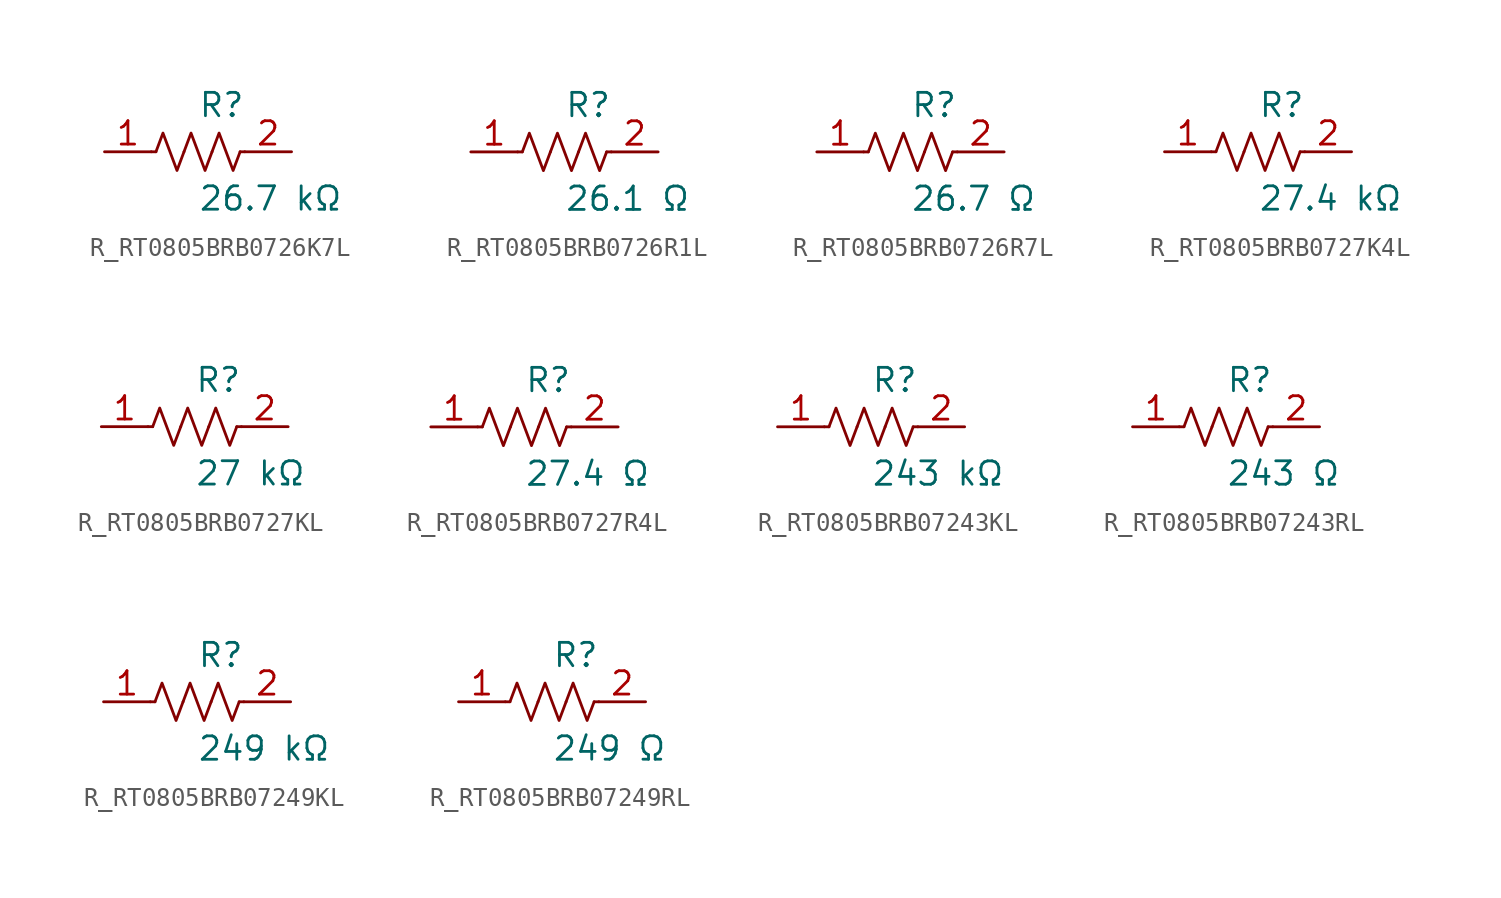
<source format=kicad_sym>
(kicad_symbol_lib
  (version 20231120)
  (generator kicad_symbol_editor)
  (generator_version 8.0)
  (symbol "R_RT0805BRB0726K7L"
    (pin_names
      (offset 0.254))
    (property "Reference" "R"
      (at 0 2.54 0)
      (effects (font (size 1.27 1.27)) (justify left)))
    (property "Value" "26.7 kΩ"
      (at 0 -2.54 0)
      (effects (font (size 1.27 1.27)) (justify left)))
    (symbol "R_RT0805BRB0726K7L_0_1"
      (polyline (pts (xy 2.286 0) (xy 2.54 0)) (stroke (width 0) (type default)) (fill (type none)))
      (polyline (pts (xy -2.286 0) (xy -2.54 0)) (stroke (width 0) (type default)) (fill (type none)))
      (polyline (pts (xy 0.762 0) (xy 1.143 1.016) (xy 1.524 0) (xy 1.905 -1.016) (xy 2.286 0)) (stroke (width 0) (type default)) (fill (type none)))
      (polyline (pts (xy -0.762 0) (xy -0.381 1.016) (xy 0 0) (xy 0.381 -1.016) (xy 0.762 0)) (stroke (width 0) (type default)) (fill (type none)))
      (polyline (pts (xy -2.286 0) (xy -1.905 1.016) (xy -1.524 0) (xy -1.143 -1.016) (xy -0.762 0)) (stroke (width 0) (type default)) (fill (type none))))
    (pin unspecified line
      (at -5.08 0 0)
      (length 2.54)
      (name "" (effects (font (size 1.27 1.27))))
      (number "1" (effects (font (size 1.27 1.27)))))
    (pin unspecified line
      (at 5.08 0 180)
      (length 2.54)
      (name "" (effects (font (size 1.27 1.27))))
      (number "2" (effects (font (size 1.27 1.27))))))
  (symbol "R_RT0805BRB0726R1L"
    (pin_names
      (offset 0.254))
    (property "Reference" "R"
      (at 0 2.54 0)
      (effects (font (size 1.27 1.27)) (justify left)))
    (property "Value" "26.1 Ω"
      (at 0 -2.54 0)
      (effects (font (size 1.27 1.27)) (justify left)))
    (symbol "R_RT0805BRB0726R1L_0_1"
      (polyline (pts (xy 2.286 0) (xy 2.54 0)) (stroke (width 0) (type default)) (fill (type none)))
      (polyline (pts (xy -2.286 0) (xy -2.54 0)) (stroke (width 0) (type default)) (fill (type none)))
      (polyline (pts (xy 0.762 0) (xy 1.143 1.016) (xy 1.524 0) (xy 1.905 -1.016) (xy 2.286 0)) (stroke (width 0) (type default)) (fill (type none)))
      (polyline (pts (xy -0.762 0) (xy -0.381 1.016) (xy 0 0) (xy 0.381 -1.016) (xy 0.762 0)) (stroke (width 0) (type default)) (fill (type none)))
      (polyline (pts (xy -2.286 0) (xy -1.905 1.016) (xy -1.524 0) (xy -1.143 -1.016) (xy -0.762 0)) (stroke (width 0) (type default)) (fill (type none))))
    (pin unspecified line
      (at -5.08 0 0)
      (length 2.54)
      (name "" (effects (font (size 1.27 1.27))))
      (number "1" (effects (font (size 1.27 1.27)))))
    (pin unspecified line
      (at 5.08 0 180)
      (length 2.54)
      (name "" (effects (font (size 1.27 1.27))))
      (number "2" (effects (font (size 1.27 1.27))))))
  (symbol "R_RT0805BRB0726R7L"
    (pin_names
      (offset 0.254))
    (property "Reference" "R"
      (at 0 2.54 0)
      (effects (font (size 1.27 1.27)) (justify left)))
    (property "Value" "26.7 Ω"
      (at 0 -2.54 0)
      (effects (font (size 1.27 1.27)) (justify left)))
    (symbol "R_RT0805BRB0726R7L_0_1"
      (polyline (pts (xy 2.286 0) (xy 2.54 0)) (stroke (width 0) (type default)) (fill (type none)))
      (polyline (pts (xy -2.286 0) (xy -2.54 0)) (stroke (width 0) (type default)) (fill (type none)))
      (polyline (pts (xy 0.762 0) (xy 1.143 1.016) (xy 1.524 0) (xy 1.905 -1.016) (xy 2.286 0)) (stroke (width 0) (type default)) (fill (type none)))
      (polyline (pts (xy -0.762 0) (xy -0.381 1.016) (xy 0 0) (xy 0.381 -1.016) (xy 0.762 0)) (stroke (width 0) (type default)) (fill (type none)))
      (polyline (pts (xy -2.286 0) (xy -1.905 1.016) (xy -1.524 0) (xy -1.143 -1.016) (xy -0.762 0)) (stroke (width 0) (type default)) (fill (type none))))
    (pin unspecified line
      (at -5.08 0 0)
      (length 2.54)
      (name "" (effects (font (size 1.27 1.27))))
      (number "1" (effects (font (size 1.27 1.27)))))
    (pin unspecified line
      (at 5.08 0 180)
      (length 2.54)
      (name "" (effects (font (size 1.27 1.27))))
      (number "2" (effects (font (size 1.27 1.27))))))
  (symbol "R_RT0805BRB0727K4L"
    (pin_names
      (offset 0.254))
    (property "Reference" "R"
      (at 0 2.54 0)
      (effects (font (size 1.27 1.27)) (justify left)))
    (property "Value" "27.4 kΩ"
      (at 0 -2.54 0)
      (effects (font (size 1.27 1.27)) (justify left)))
    (symbol "R_RT0805BRB0727K4L_0_1"
      (polyline (pts (xy 2.286 0) (xy 2.54 0)) (stroke (width 0) (type default)) (fill (type none)))
      (polyline (pts (xy -2.286 0) (xy -2.54 0)) (stroke (width 0) (type default)) (fill (type none)))
      (polyline (pts (xy 0.762 0) (xy 1.143 1.016) (xy 1.524 0) (xy 1.905 -1.016) (xy 2.286 0)) (stroke (width 0) (type default)) (fill (type none)))
      (polyline (pts (xy -0.762 0) (xy -0.381 1.016) (xy 0 0) (xy 0.381 -1.016) (xy 0.762 0)) (stroke (width 0) (type default)) (fill (type none)))
      (polyline (pts (xy -2.286 0) (xy -1.905 1.016) (xy -1.524 0) (xy -1.143 -1.016) (xy -0.762 0)) (stroke (width 0) (type default)) (fill (type none))))
    (pin unspecified line
      (at -5.08 0 0)
      (length 2.54)
      (name "" (effects (font (size 1.27 1.27))))
      (number "1" (effects (font (size 1.27 1.27)))))
    (pin unspecified line
      (at 5.08 0 180)
      (length 2.54)
      (name "" (effects (font (size 1.27 1.27))))
      (number "2" (effects (font (size 1.27 1.27))))))
  (symbol "R_RT0805BRB0727KL"
    (pin_names
      (offset 0.254))
    (property "Reference" "R"
      (at 0 2.54 0)
      (effects (font (size 1.27 1.27)) (justify left)))
    (property "Value" "27 kΩ"
      (at 0 -2.54 0)
      (effects (font (size 1.27 1.27)) (justify left)))
    (symbol "R_RT0805BRB0727KL_0_1"
      (polyline (pts (xy 2.286 0) (xy 2.54 0)) (stroke (width 0) (type default)) (fill (type none)))
      (polyline (pts (xy -2.286 0) (xy -2.54 0)) (stroke (width 0) (type default)) (fill (type none)))
      (polyline (pts (xy 0.762 0) (xy 1.143 1.016) (xy 1.524 0) (xy 1.905 -1.016) (xy 2.286 0)) (stroke (width 0) (type default)) (fill (type none)))
      (polyline (pts (xy -0.762 0) (xy -0.381 1.016) (xy 0 0) (xy 0.381 -1.016) (xy 0.762 0)) (stroke (width 0) (type default)) (fill (type none)))
      (polyline (pts (xy -2.286 0) (xy -1.905 1.016) (xy -1.524 0) (xy -1.143 -1.016) (xy -0.762 0)) (stroke (width 0) (type default)) (fill (type none))))
    (pin unspecified line
      (at -5.08 0 0)
      (length 2.54)
      (name "" (effects (font (size 1.27 1.27))))
      (number "1" (effects (font (size 1.27 1.27)))))
    (pin unspecified line
      (at 5.08 0 180)
      (length 2.54)
      (name "" (effects (font (size 1.27 1.27))))
      (number "2" (effects (font (size 1.27 1.27))))))
  (symbol "R_RT0805BRB0727R4L"
    (pin_names
      (offset 0.254))
    (property "Reference" "R"
      (at 0 2.54 0)
      (effects (font (size 1.27 1.27)) (justify left)))
    (property "Value" "27.4 Ω"
      (at 0 -2.54 0)
      (effects (font (size 1.27 1.27)) (justify left)))
    (symbol "R_RT0805BRB0727R4L_0_1"
      (polyline (pts (xy 2.286 0) (xy 2.54 0)) (stroke (width 0) (type default)) (fill (type none)))
      (polyline (pts (xy -2.286 0) (xy -2.54 0)) (stroke (width 0) (type default)) (fill (type none)))
      (polyline (pts (xy 0.762 0) (xy 1.143 1.016) (xy 1.524 0) (xy 1.905 -1.016) (xy 2.286 0)) (stroke (width 0) (type default)) (fill (type none)))
      (polyline (pts (xy -0.762 0) (xy -0.381 1.016) (xy 0 0) (xy 0.381 -1.016) (xy 0.762 0)) (stroke (width 0) (type default)) (fill (type none)))
      (polyline (pts (xy -2.286 0) (xy -1.905 1.016) (xy -1.524 0) (xy -1.143 -1.016) (xy -0.762 0)) (stroke (width 0) (type default)) (fill (type none))))
    (pin unspecified line
      (at -5.08 0 0)
      (length 2.54)
      (name "" (effects (font (size 1.27 1.27))))
      (number "1" (effects (font (size 1.27 1.27)))))
    (pin unspecified line
      (at 5.08 0 180)
      (length 2.54)
      (name "" (effects (font (size 1.27 1.27))))
      (number "2" (effects (font (size 1.27 1.27))))))
  (symbol "R_RT0805BRB07243KL"
    (pin_names
      (offset 0.254))
    (property "Reference" "R"
      (at 0 2.54 0)
      (effects (font (size 1.27 1.27)) (justify left)))
    (property "Value" "243 kΩ"
      (at 0 -2.54 0)
      (effects (font (size 1.27 1.27)) (justify left)))
    (symbol "R_RT0805BRB07243KL_0_1"
      (polyline (pts (xy 2.286 0) (xy 2.54 0)) (stroke (width 0) (type default)) (fill (type none)))
      (polyline (pts (xy -2.286 0) (xy -2.54 0)) (stroke (width 0) (type default)) (fill (type none)))
      (polyline (pts (xy 0.762 0) (xy 1.143 1.016) (xy 1.524 0) (xy 1.905 -1.016) (xy 2.286 0)) (stroke (width 0) (type default)) (fill (type none)))
      (polyline (pts (xy -0.762 0) (xy -0.381 1.016) (xy 0 0) (xy 0.381 -1.016) (xy 0.762 0)) (stroke (width 0) (type default)) (fill (type none)))
      (polyline (pts (xy -2.286 0) (xy -1.905 1.016) (xy -1.524 0) (xy -1.143 -1.016) (xy -0.762 0)) (stroke (width 0) (type default)) (fill (type none))))
    (pin unspecified line
      (at -5.08 0 0)
      (length 2.54)
      (name "" (effects (font (size 1.27 1.27))))
      (number "1" (effects (font (size 1.27 1.27)))))
    (pin unspecified line
      (at 5.08 0 180)
      (length 2.54)
      (name "" (effects (font (size 1.27 1.27))))
      (number "2" (effects (font (size 1.27 1.27))))))
  (symbol "R_RT0805BRB07243RL"
    (pin_names
      (offset 0.254))
    (property "Reference" "R"
      (at 0 2.54 0)
      (effects (font (size 1.27 1.27)) (justify left)))
    (property "Value" "243 Ω"
      (at 0 -2.54 0)
      (effects (font (size 1.27 1.27)) (justify left)))
    (symbol "R_RT0805BRB07243RL_0_1"
      (polyline (pts (xy 2.286 0) (xy 2.54 0)) (stroke (width 0) (type default)) (fill (type none)))
      (polyline (pts (xy -2.286 0) (xy -2.54 0)) (stroke (width 0) (type default)) (fill (type none)))
      (polyline (pts (xy 0.762 0) (xy 1.143 1.016) (xy 1.524 0) (xy 1.905 -1.016) (xy 2.286 0)) (stroke (width 0) (type default)) (fill (type none)))
      (polyline (pts (xy -0.762 0) (xy -0.381 1.016) (xy 0 0) (xy 0.381 -1.016) (xy 0.762 0)) (stroke (width 0) (type default)) (fill (type none)))
      (polyline (pts (xy -2.286 0) (xy -1.905 1.016) (xy -1.524 0) (xy -1.143 -1.016) (xy -0.762 0)) (stroke (width 0) (type default)) (fill (type none))))
    (pin unspecified line
      (at -5.08 0 0)
      (length 2.54)
      (name "" (effects (font (size 1.27 1.27))))
      (number "1" (effects (font (size 1.27 1.27)))))
    (pin unspecified line
      (at 5.08 0 180)
      (length 2.54)
      (name "" (effects (font (size 1.27 1.27))))
      (number "2" (effects (font (size 1.27 1.27))))))
  (symbol "R_RT0805BRB07249KL"
    (pin_names
      (offset 0.254))
    (property "Reference" "R"
      (at 0 2.54 0)
      (effects (font (size 1.27 1.27)) (justify left)))
    (property "Value" "249 kΩ"
      (at 0 -2.54 0)
      (effects (font (size 1.27 1.27)) (justify left)))
    (symbol "R_RT0805BRB07249KL_0_1"
      (polyline (pts (xy 2.286 0) (xy 2.54 0)) (stroke (width 0) (type default)) (fill (type none)))
      (polyline (pts (xy -2.286 0) (xy -2.54 0)) (stroke (width 0) (type default)) (fill (type none)))
      (polyline (pts (xy 0.762 0) (xy 1.143 1.016) (xy 1.524 0) (xy 1.905 -1.016) (xy 2.286 0)) (stroke (width 0) (type default)) (fill (type none)))
      (polyline (pts (xy -0.762 0) (xy -0.381 1.016) (xy 0 0) (xy 0.381 -1.016) (xy 0.762 0)) (stroke (width 0) (type default)) (fill (type none)))
      (polyline (pts (xy -2.286 0) (xy -1.905 1.016) (xy -1.524 0) (xy -1.143 -1.016) (xy -0.762 0)) (stroke (width 0) (type default)) (fill (type none))))
    (pin unspecified line
      (at -5.08 0 0)
      (length 2.54)
      (name "" (effects (font (size 1.27 1.27))))
      (number "1" (effects (font (size 1.27 1.27)))))
    (pin unspecified line
      (at 5.08 0 180)
      (length 2.54)
      (name "" (effects (font (size 1.27 1.27))))
      (number "2" (effects (font (size 1.27 1.27))))))
  (symbol "R_RT0805BRB07249RL"
    (pin_names
      (offset 0.254))
    (property "Reference" "R"
      (at 0 2.54 0)
      (effects (font (size 1.27 1.27)) (justify left)))
    (property "Value" "249 Ω"
      (at 0 -2.54 0)
      (effects (font (size 1.27 1.27)) (justify left)))
    (symbol "R_RT0805BRB07249RL_0_1"
      (polyline (pts (xy 2.286 0) (xy 2.54 0)) (stroke (width 0) (type default)) (fill (type none)))
      (polyline (pts (xy -2.286 0) (xy -2.54 0)) (stroke (width 0) (type default)) (fill (type none)))
      (polyline (pts (xy 0.762 0) (xy 1.143 1.016) (xy 1.524 0) (xy 1.905 -1.016) (xy 2.286 0)) (stroke (width 0) (type default)) (fill (type none)))
      (polyline (pts (xy -0.762 0) (xy -0.381 1.016) (xy 0 0) (xy 0.381 -1.016) (xy 0.762 0)) (stroke (width 0) (type default)) (fill (type none)))
      (polyline (pts (xy -2.286 0) (xy -1.905 1.016) (xy -1.524 0) (xy -1.143 -1.016) (xy -0.762 0)) (stroke (width 0) (type default)) (fill (type none))))
    (pin unspecified line
      (at -5.08 0 0)
      (length 2.54)
      (name "" (effects (font (size 1.27 1.27))))
      (number "1" (effects (font (size 1.27 1.27)))))
    (pin unspecified line
      (at 5.08 0 180)
      (length 2.54)
      (name "" (effects (font (size 1.27 1.27))))
      (number "2" (effects (font (size 1.27 1.27)))))))
</source>
